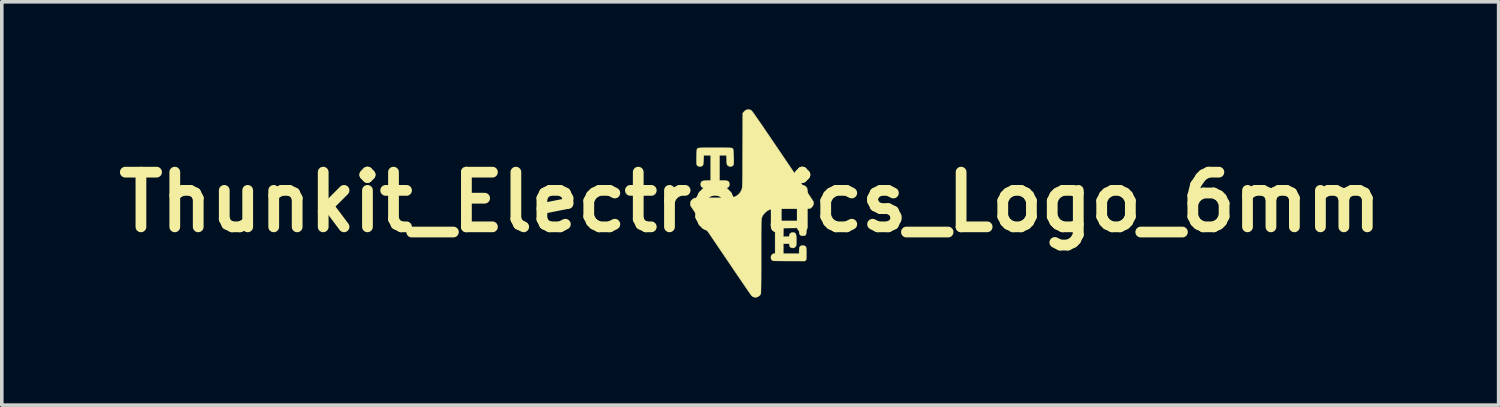
<source format=kicad_pcb>
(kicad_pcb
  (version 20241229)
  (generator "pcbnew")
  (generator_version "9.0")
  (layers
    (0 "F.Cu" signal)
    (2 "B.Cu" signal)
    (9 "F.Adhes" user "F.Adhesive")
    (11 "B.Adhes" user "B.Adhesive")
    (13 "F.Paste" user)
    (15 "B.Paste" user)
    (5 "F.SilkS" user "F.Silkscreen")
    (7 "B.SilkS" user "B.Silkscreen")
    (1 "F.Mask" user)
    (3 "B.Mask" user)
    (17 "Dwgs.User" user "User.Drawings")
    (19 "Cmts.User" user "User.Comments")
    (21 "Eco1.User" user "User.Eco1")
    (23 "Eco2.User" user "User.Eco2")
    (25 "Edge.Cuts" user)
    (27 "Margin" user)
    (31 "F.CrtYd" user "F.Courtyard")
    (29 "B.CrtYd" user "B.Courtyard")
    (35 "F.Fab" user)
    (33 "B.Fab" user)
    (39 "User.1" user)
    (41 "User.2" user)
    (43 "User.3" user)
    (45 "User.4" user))
  (footprint "Thunkit_Electronics_Logo_6mm"
    (layer "F.Cu")
    (at 17.86 2.583)
    (property "Reference" "Thunkit_Electronics_Logo_6mm" (at 0 0 0) (layer "F.SilkS") (effects (font (size 1.524 1.524) (thickness 0.3))))
    (attr through_hole)
    (fp_poly (pts (xy -0.865 -1.516) (xy -0.79 -1.515) (xy -0.72 -1.514) (xy -0.657 -1.513) (xy -0.602 -1.512) (xy -0.558 -1.511) (xy -0.527 -1.509) (xy -0.511 -1.507) (xy -0.51 -1.506) (xy -0.485 -1.49) (xy -0.475 -1.471) (xy -0.472 -1.456) (xy -0.469 -1.426) (xy -0.466 -1.384) (xy -0.463 -1.335) (xy -0.461 -1.28) (xy -0.46 -1.254) (xy -0.458 -1.191) (xy -0.458 -1.142) (xy -0.458 -1.106) (xy -0.459 -1.079) (xy -0.461 -1.06) (xy -0.464 -1.047) (xy -0.468 -1.036) (xy -0.49 -1.01) (xy -0.521 -0.995) (xy -0.557 -0.992) (xy -0.593 -0.999) (xy -0.624 -1.019) (xy -0.628 -1.022) (xy -0.637 -1.032) (xy -0.644 -1.041) (xy -0.648 -1.054) (xy -0.651 -1.073) (xy -0.654 -1.101) (xy -0.656 -1.141) (xy -0.657 -1.175) (xy -0.663 -1.304) (xy -0.855 -1.304) (xy -0.855 -0.601) (xy -0.757 -0.601) (xy -0.699 -0.6) (xy -0.656 -0.595) (xy -0.624 -0.586) (xy -0.603 -0.572) (xy -0.59 -0.55) (xy -0.582 -0.521) (xy -0.58 -0.511) (xy -0.581 -0.468) (xy -0.595 -0.433) (xy -0.62 -0.408) (xy -0.627 -0.404) (xy -0.636 -0.4) (xy -0.647 -0.397) (xy -0.662 -0.395) (xy -0.683 -0.393) (xy -0.712 -0.392) (xy -0.75 -0.391) (xy -0.798 -0.39) (xy -0.86 -0.39) (xy -0.935 -0.39) (xy -0.978 -0.389) (xy -1.061 -0.39) (xy -1.129 -0.39) (xy -1.184 -0.39) (xy -1.227 -0.391) (xy -1.26 -0.392) (xy -1.284 -0.394) (xy -1.302 -0.396) (xy -1.315 -0.399) (xy -1.325 -0.402) (xy -1.329 -0.404) (xy -1.359 -0.426) (xy -1.375 -0.458) (xy -1.38 -0.495) (xy -1.376 -0.531) (xy -1.365 -0.559) (xy -1.344 -0.579) (xy -1.312 -0.591) (xy -1.267 -0.599) (xy -1.207 -0.601) (xy -1.2 -0.601) (xy -1.101 -0.601) (xy -1.101 -1.304) (xy -1.293 -1.304) (xy -1.299 -1.183) (xy -1.302 -1.138) (xy -1.305 -1.097) (xy -1.309 -1.065) (xy -1.312 -1.044) (xy -1.313 -1.041) (xy -1.331 -1.015) (xy -1.359 -0.998) (xy -1.392 -0.991) (xy -1.427 -0.994) (xy -1.458 -1.006) (xy -1.482 -1.028) (xy -1.49 -1.042) (xy -1.493 -1.058) (xy -1.496 -1.089) (xy -1.497 -1.13) (xy -1.497 -1.179) (xy -1.497 -1.232) (xy -1.496 -1.287) (xy -1.495 -1.34) (xy -1.492 -1.389) (xy -1.489 -1.43) (xy -1.486 -1.459) (xy -1.483 -1.474) (xy -1.467 -1.495) (xy -1.447 -1.506) (xy -1.432 -1.508) (xy -1.403 -1.51) (xy -1.36 -1.512) (xy -1.307 -1.513) (xy -1.244 -1.514) (xy -1.175 -1.515) (xy -1.1 -1.516) (xy -1.022 -1.516) (xy -0.943 -1.516) (xy -0.865 -1.516)) (stroke (width 0.01) (type solid)) (fill yes) (layer "F.SilkS"))
    (fp_poly (pts (xy 1.548 0.545) (xy 1.554 0.552) (xy 1.559 0.561) (xy 1.563 0.575) (xy 1.565 0.594) (xy 1.566 0.623) (xy 1.566 0.664) (xy 1.566 0.718) (xy 1.566 0.719) (xy 1.566 0.782) (xy 1.564 0.83) (xy 1.561 0.866) (xy 1.556 0.892) (xy 1.548 0.91) (xy 1.537 0.923) (xy 1.524 0.931) (xy 1.5 0.938) (xy 1.467 0.939) (xy 1.433 0.936) (xy 1.406 0.928) (xy 1.406 0.927) (xy 1.387 0.912) (xy 1.374 0.889) (xy 1.366 0.855) (xy 1.363 0.807) (xy 1.363 0.79) (xy 1.363 0.719) (xy 1.145 0.722) (xy 0.927 0.724) (xy 0.922 0.965) (xy 1.082 0.965) (xy 1.088 0.93) (xy 1.102 0.89) (xy 1.126 0.863) (xy 1.161 0.849) (xy 1.183 0.847) (xy 1.215 0.849) (xy 1.24 0.857) (xy 1.259 0.872) (xy 1.272 0.897) (xy 1.28 0.932) (xy 1.285 0.981) (xy 1.287 1.044) (xy 1.287 1.064) (xy 1.287 1.118) (xy 1.285 1.157) (xy 1.283 1.186) (xy 1.28 1.207) (xy 1.275 1.222) (xy 1.272 1.228) (xy 1.249 1.257) (xy 1.216 1.275) (xy 1.179 1.279) (xy 1.139 1.268) (xy 1.134 1.266) (xy 1.108 1.246) (xy 1.095 1.219) (xy 1.092 1.19) (xy 1.092 1.16) (xy 0.923 1.16) (xy 0.923 1.439) (xy 1.363 1.439) (xy 1.363 1.362) (xy 1.366 1.308) (xy 1.373 1.267) (xy 1.387 1.239) (xy 1.407 1.222) (xy 1.411 1.22) (xy 1.442 1.212) (xy 1.48 1.212) (xy 1.514 1.218) (xy 1.52 1.221) (xy 1.535 1.229) (xy 1.546 1.24) (xy 1.555 1.256) (xy 1.56 1.28) (xy 1.564 1.312) (xy 1.566 1.357) (xy 1.566 1.415) (xy 1.566 1.439) (xy 1.566 1.495) (xy 1.566 1.537) (xy 1.565 1.567) (xy 1.563 1.587) (xy 1.56 1.601) (xy 1.556 1.61) (xy 1.549 1.618) (xy 1.546 1.622) (xy 1.525 1.643) (xy 1.086 1.642) (xy 1.001 1.642) (xy 0.921 1.641) (xy 0.848 1.641) (xy 0.783 1.64) (xy 0.727 1.639) (xy 0.684 1.639) (xy 0.653 1.638) (xy 0.637 1.637) (xy 0.635 1.637) (xy 0.608 1.619) (xy 0.587 1.592) (xy 0.579 1.569) (xy 0.577 1.524) (xy 0.589 1.486) (xy 0.613 1.457) (xy 0.647 1.439) (xy 0.66 1.436) (xy 0.694 1.431) (xy 0.694 1.084) (xy 0.694 0.997) (xy 0.694 0.926) (xy 0.694 0.868) (xy 0.693 0.823) (xy 0.692 0.79) (xy 0.69 0.766) (xy 0.689 0.75) (xy 0.686 0.741) (xy 0.683 0.737) (xy 0.682 0.737) (xy 0.666 0.734) (xy 0.643 0.726) (xy 0.636 0.723) (xy 0.605 0.703) (xy 0.585 0.673) (xy 0.576 0.637) (xy 0.579 0.6) (xy 0.593 0.566) (xy 0.609 0.548) (xy 0.635 0.525) (xy 1.53 0.525) (xy 1.548 0.545)) (stroke (width 0.01) (type solid)) (fill yes) (layer "F.SilkS"))
    (fp_poly (pts (xy -0.015 -2.575) (xy 0.013 -2.566) (xy 0.03 -2.556) (xy 0.036 -2.551) (xy 0.046 -2.54) (xy 0.058 -2.525) (xy 0.075 -2.503) (xy 0.096 -2.474) (xy 0.121 -2.438) (xy 0.152 -2.395) (xy 0.188 -2.343) (xy 0.23 -2.283) (xy 0.278 -2.213) (xy 0.333 -2.134) (xy 0.394 -2.044) (xy 0.463 -1.943) (xy 0.54 -1.83) (xy 0.624 -1.706) (xy 0.717 -1.569) (xy 0.819 -1.419) (xy 0.905 -1.292) (xy 0.994 -1.16) (xy 1.08 -1.032) (xy 1.164 -0.909) (xy 1.244 -0.79) (xy 1.32 -0.677) (xy 1.392 -0.571) (xy 1.458 -0.471) (xy 1.52 -0.38) (xy 1.575 -0.297) (xy 1.624 -0.223) (xy 1.666 -0.16) (xy 1.701 -0.107) (xy 1.728 -0.066) (xy 1.747 -0.037) (xy 1.756 -0.021) (xy 1.758 -0.018) (xy 1.766 0.01) (xy 1.768 0.032) (xy 1.764 0.057) (xy 1.761 0.07) (xy 1.745 0.105) (xy 1.719 0.139) (xy 1.688 0.167) (xy 1.676 0.174) (xy 1.668 0.177) (xy 1.657 0.179) (xy 1.639 0.181) (xy 1.615 0.182) (xy 1.582 0.184) (xy 1.54 0.185) (xy 1.487 0.185) (xy 1.422 0.186) (xy 1.343 0.186) (xy 1.251 0.186) (xy 1.15 0.186) (xy 1.036 0.187) (xy 0.939 0.187) (xy 0.855 0.187) (xy 0.784 0.188) (xy 0.725 0.19) (xy 0.676 0.192) (xy 0.635 0.194) (xy 0.602 0.197) (xy 0.575 0.202) (xy 0.553 0.207) (xy 0.534 0.213) (xy 0.517 0.221) (xy 0.501 0.229) (xy 0.492 0.234) (xy 0.443 0.268) (xy 0.399 0.31) (xy 0.364 0.354) (xy 0.353 0.371) (xy 0.346 0.384) (xy 0.34 0.396) (xy 0.334 0.407) (xy 0.329 0.42) (xy 0.325 0.434) (xy 0.321 0.451) (xy 0.317 0.471) (xy 0.315 0.497) (xy 0.312 0.527) (xy 0.31 0.564) (xy 0.309 0.609) (xy 0.307 0.662) (xy 0.307 0.724) (xy 0.306 0.796) (xy 0.305 0.88) (xy 0.305 0.975) (xy 0.305 1.084) (xy 0.305 1.207) (xy 0.305 1.344) (xy 0.305 1.498) (xy 0.305 1.521) (xy 0.305 1.694) (xy 0.305 1.851) (xy 0.304 1.992) (xy 0.304 2.116) (xy 0.303 2.224) (xy 0.302 2.316) (xy 0.301 2.393) (xy 0.3 2.455) (xy 0.299 2.502) (xy 0.298 2.534) (xy 0.296 2.551) (xy 0.296 2.554) (xy 0.272 2.594) (xy 0.237 2.625) (xy 0.195 2.646) (xy 0.149 2.654) (xy 0.114 2.651) (xy 0.077 2.638) (xy 0.047 2.616) (xy 0.032 2.602) (xy 0.025 2.592) (xy 0.009 2.57) (xy -0.015 2.534) (xy -0.048 2.488) (xy -0.087 2.431) (xy -0.132 2.364) (xy -0.184 2.289) (xy -0.241 2.206) (xy -0.302 2.116) (xy -0.368 2.019) (xy -0.437 1.917) (xy -0.509 1.811) (xy -0.583 1.702) (xy -0.659 1.589) (xy -0.737 1.475) (xy -0.815 1.36) (xy -0.893 1.245) (xy -0.97 1.131) (xy -1.046 1.018) (xy -1.121 0.908) (xy -1.193 0.801) (xy -1.262 0.699) (xy -1.327 0.602) (xy -1.389 0.51) (xy -1.446 0.426) (xy -1.497 0.35) (xy -1.542 0.282) (xy -1.581 0.223) (xy -1.613 0.175) (xy -1.638 0.139) (xy -1.654 0.114) (xy -1.661 0.102) (xy -1.661 0.102) (xy -1.668 0.07) (xy -1.668 0.033) (xy -1.663 -0.003) (xy -1.656 -0.024) (xy -1.633 -0.055) (xy -1.6 -0.084) (xy -1.564 -0.105) (xy -1.552 -0.11) (xy -1.535 -0.112) (xy -1.502 -0.114) (xy -1.452 -0.115) (xy -1.387 -0.116) (xy -1.306 -0.117) (xy -1.21 -0.118) (xy -1.098 -0.118) (xy -1.02 -0.118) (xy -0.915 -0.118) (xy -0.825 -0.118) (xy -0.75 -0.119) (xy -0.687 -0.119) (xy -0.636 -0.119) (xy -0.594 -0.12) (xy -0.561 -0.121) (xy -0.535 -0.123) (xy -0.515 -0.125) (xy -0.498 -0.127) (xy -0.485 -0.129) (xy -0.473 -0.133) (xy -0.466 -0.135) (xy -0.397 -0.164) (xy -0.337 -0.206) (xy -0.287 -0.259) (xy -0.259 -0.304) (xy -0.253 -0.316) (xy -0.247 -0.326) (xy -0.242 -0.336) (xy -0.237 -0.347) (xy -0.233 -0.359) (xy -0.23 -0.373) (xy -0.227 -0.391) (xy -0.224 -0.412) (xy -0.222 -0.439) (xy -0.22 -0.473) (xy -0.219 -0.513) (xy -0.217 -0.561) (xy -0.216 -0.618) (xy -0.216 -0.685) (xy -0.215 -0.762) (xy -0.214 -0.852) (xy -0.214 -0.954) (xy -0.213 -1.069) (xy -0.213 -1.199) (xy -0.212 -1.344) (xy -0.212 -1.441) (xy -0.207 -2.479) (xy -0.181 -2.512) (xy -0.145 -2.548) (xy -0.107 -2.569) (xy -0.062 -2.578) (xy -0.05 -2.578) (xy -0.015 -2.575)) (stroke (width 0.01) (type solid)) (fill yes) (layer "F.SilkS")))
  (gr_rect
    (start -3 -3)
    (end 38.72 8.242)
    (stroke (width 0.1) (type default))
    (fill no)
    (layer "Edge.Cuts")))
</source>
